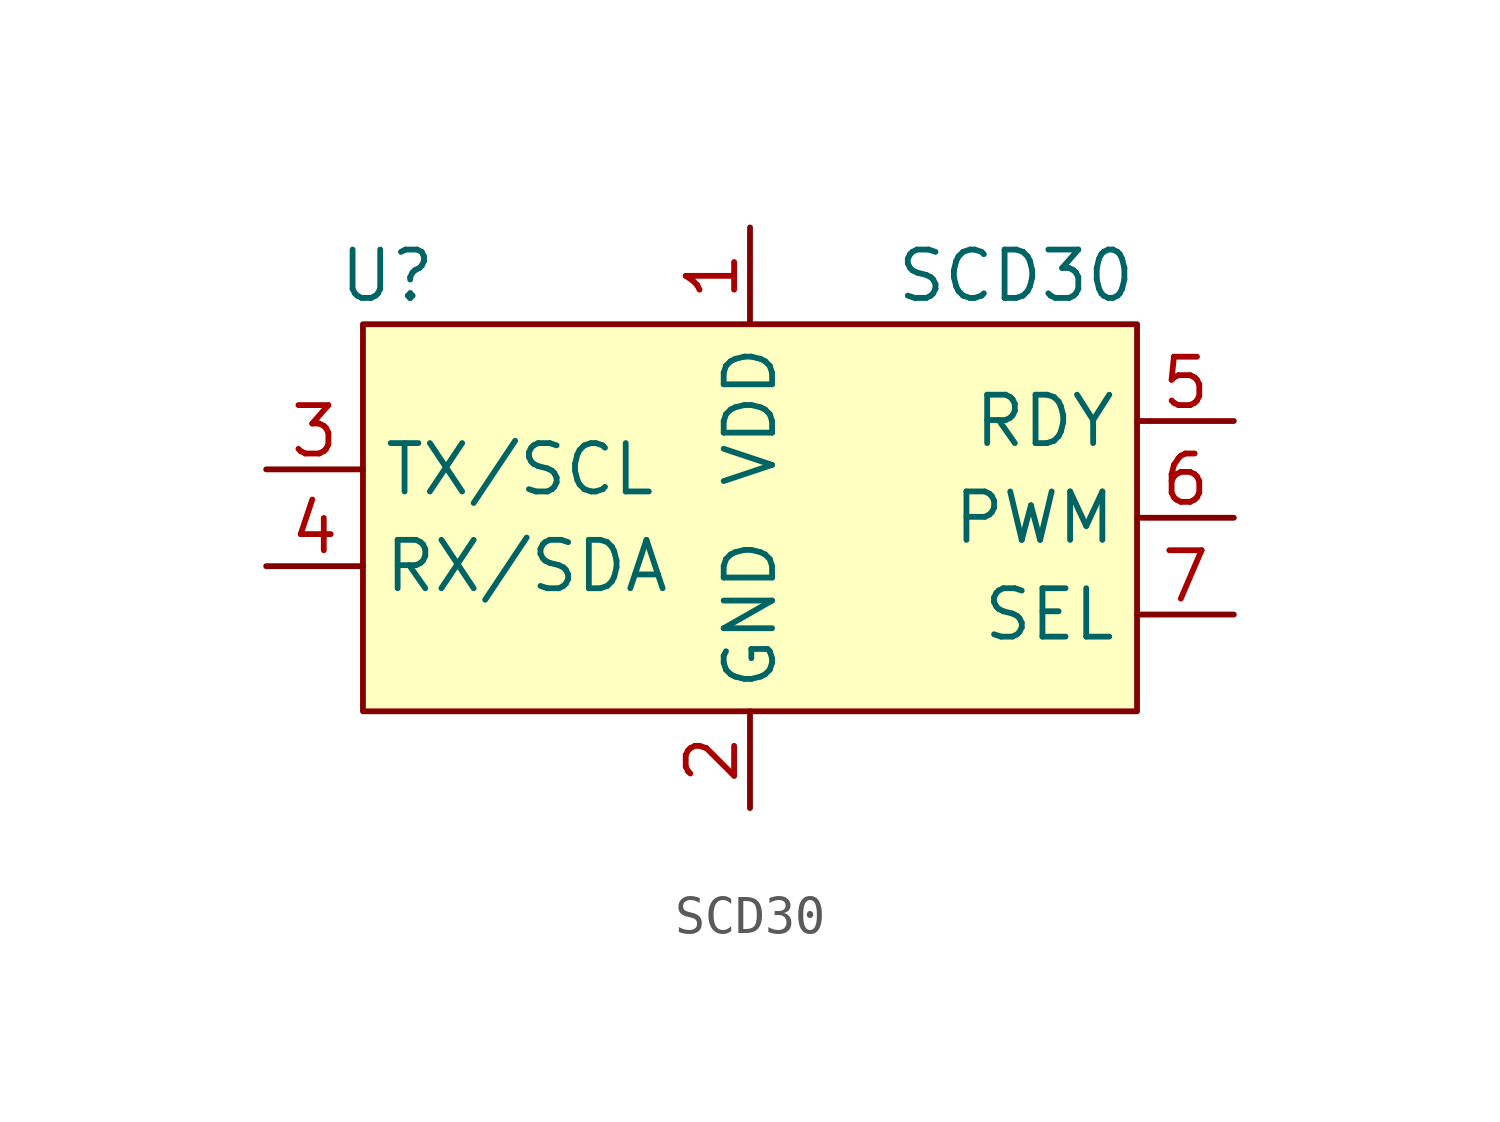
<source format=kicad_sym>
(kicad_symbol_lib
  (version 20211014)
  (generator kicad_symbol_editor)
  (symbol "SCD30"
    (property "Reference" "U"
      (at -9.525 6.35 0)
      (effects (font (size 1.27 1.27))))
    (property "Value" "SCD30"
      (at 6.985 6.35 0)
      (effects (font (size 1.27 1.27))))
    (symbol "SCD30_0_1"
      (rectangle (start -10.16 5.08) (end 10.16 -5.08) (stroke (width 0) (type default) (color 0 0 0 0)) (fill (type background))))
    (symbol "SCD30_1_1"
      (pin power_in line (at 0 7.62 270) (length 2.54) (name "VDD" (effects (font (size 1.27 1.27)))) (number "1" (effects (font (size 1.27 1.27)))))
      (pin power_in line (at 0 -7.62 90) (length 2.54) (name "GND" (effects (font (size 1.27 1.27)))) (number "2" (effects (font (size 1.27 1.27)))))
      (pin bidirectional line (at -12.7 1.27 0) (length 2.54) (name "TX/SCL" (effects (font (size 1.27 1.27)))) (number "3" (effects (font (size 1.27 1.27)))))
      (pin bidirectional line (at -12.7 -1.27 0) (length 2.54) (name "RX/SDA" (effects (font (size 1.27 1.27)))) (number "4" (effects (font (size 1.27 1.27)))))
      (pin output line (at 12.7 2.54 180) (length 2.54) (name "RDY" (effects (font (size 1.27 1.27)))) (number "5" (effects (font (size 1.27 1.27)))))
      (pin output line (at 12.7 0 180) (length 2.54) (name "PWM" (effects (font (size 1.27 1.27)))) (number "6" (effects (font (size 1.27 1.27)))))
      (pin input line (at 12.7 -2.54 180) (length 2.54) (name "SEL" (effects (font (size 1.27 1.27)))) (number "7" (effects (font (size 1.27 1.27))))))))
</source>
